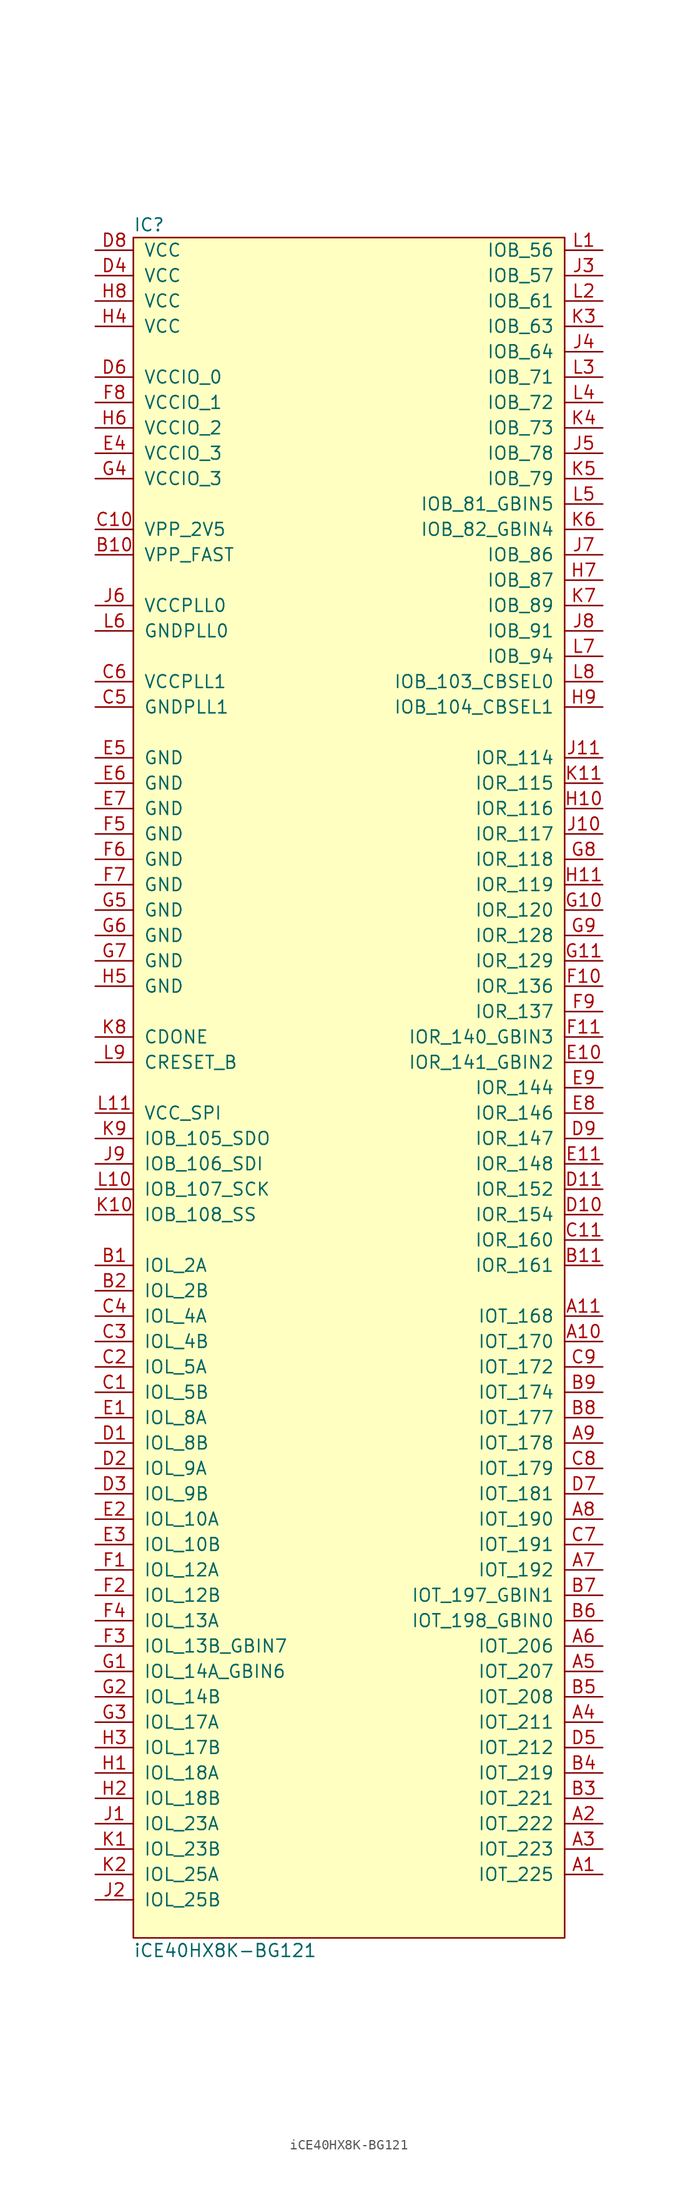
<source format=kicad_sym>
(kicad_symbol_lib
  (version 20211014)
  (generator agg_kicad.build_lib_ic)
  (symbol "iCE40HX8K-BG121"
    (pin_names
      (offset 1.016))
    (property Reference IC
      (at -21.59 86.36 0)
      (effects (font (size 1.27 1.27)) (justify left)))
    (property Value "iCE40HX8K-BG121"
      (at -21.59 -86.36 0)
      (effects (font (size 1.27 1.27)) (justify left)))
    (symbol "iCE40HX8K-BG121_0_0"
      (rectangle (start -21.59 85.09) (end 21.59 -85.09) (stroke (width 0) (type default) (color 0 0 0 0)) (fill (type background)))
      (pin power_in line (at -25.4 83.82 0) (length 3.81) (name VCC (effects (font (size 1.27 1.27)))) (number "D8" (effects (font (size 1.27 1.27)))))
      (pin power_in line (at -25.4 81.28 0) (length 3.81) (name VCC (effects (font (size 1.27 1.27)))) (number "D4" (effects (font (size 1.27 1.27)))))
      (pin power_in line (at -25.4 78.74 0) (length 3.81) (name VCC (effects (font (size 1.27 1.27)))) (number "H8" (effects (font (size 1.27 1.27)))))
      (pin power_in line (at -25.4 76.2 0) (length 3.81) (name VCC (effects (font (size 1.27 1.27)))) (number "H4" (effects (font (size 1.27 1.27)))))
      (pin power_in line (at -25.4 71.12 0) (length 3.81) (name "VCCIO_0" (effects (font (size 1.27 1.27)))) (number "D6" (effects (font (size 1.27 1.27)))))
      (pin power_in line (at -25.4 68.58 0) (length 3.81) (name "VCCIO_1" (effects (font (size 1.27 1.27)))) (number "F8" (effects (font (size 1.27 1.27)))))
      (pin power_in line (at -25.4 66.04 0) (length 3.81) (name "VCCIO_2" (effects (font (size 1.27 1.27)))) (number "H6" (effects (font (size 1.27 1.27)))))
      (pin power_in line (at -25.4 63.5 0) (length 3.81) (name "VCCIO_3" (effects (font (size 1.27 1.27)))) (number "E4" (effects (font (size 1.27 1.27)))))
      (pin power_in line (at -25.4 60.96 0) (length 3.81) (name "VCCIO_3" (effects (font (size 1.27 1.27)))) (number "G4" (effects (font (size 1.27 1.27)))))
      (pin power_in line (at -25.4 55.88 0) (length 3.81) (name "VPP_2V5" (effects (font (size 1.27 1.27)))) (number "C10" (effects (font (size 1.27 1.27)))))
      (pin power_in line (at -25.4 53.34 0) (length 3.81) (name VPP_FAST (effects (font (size 1.27 1.27)))) (number "B10" (effects (font (size 1.27 1.27)))))
      (pin power_in line (at -25.4 48.26 0) (length 3.81) (name "VCCPLL0" (effects (font (size 1.27 1.27)))) (number "J6" (effects (font (size 1.27 1.27)))))
      (pin power_in line (at -25.4 45.72 0) (length 3.81) (name "GNDPLL0" (effects (font (size 1.27 1.27)))) (number "L6" (effects (font (size 1.27 1.27)))))
      (pin power_in line (at -25.4 40.64 0) (length 3.81) (name "VCCPLL1" (effects (font (size 1.27 1.27)))) (number "C6" (effects (font (size 1.27 1.27)))))
      (pin power_in line (at -25.4 38.1 0) (length 3.81) (name "GNDPLL1" (effects (font (size 1.27 1.27)))) (number "C5" (effects (font (size 1.27 1.27)))))
      (pin power_in line (at -25.4 33.02 0) (length 3.81) (name GND (effects (font (size 1.27 1.27)))) (number "E5" (effects (font (size 1.27 1.27)))))
      (pin power_in line (at -25.4 30.48 0) (length 3.81) (name GND (effects (font (size 1.27 1.27)))) (number "E6" (effects (font (size 1.27 1.27)))))
      (pin power_in line (at -25.4 27.94 0) (length 3.81) (name GND (effects (font (size 1.27 1.27)))) (number "E7" (effects (font (size 1.27 1.27)))))
      (pin power_in line (at -25.4 25.4 0) (length 3.81) (name GND (effects (font (size 1.27 1.27)))) (number "F5" (effects (font (size 1.27 1.27)))))
      (pin power_in line (at -25.4 22.86 0) (length 3.81) (name GND (effects (font (size 1.27 1.27)))) (number "F6" (effects (font (size 1.27 1.27)))))
      (pin power_in line (at -25.4 20.32 0) (length 3.81) (name GND (effects (font (size 1.27 1.27)))) (number "F7" (effects (font (size 1.27 1.27)))))
      (pin power_in line (at -25.4 17.78 0) (length 3.81) (name GND (effects (font (size 1.27 1.27)))) (number "G5" (effects (font (size 1.27 1.27)))))
      (pin power_in line (at -25.4 15.24 0) (length 3.81) (name GND (effects (font (size 1.27 1.27)))) (number "G6" (effects (font (size 1.27 1.27)))))
      (pin power_in line (at -25.4 12.7 0) (length 3.81) (name GND (effects (font (size 1.27 1.27)))) (number "G7" (effects (font (size 1.27 1.27)))))
      (pin power_in line (at -25.4 10.16 0) (length 3.81) (name GND (effects (font (size 1.27 1.27)))) (number "H5" (effects (font (size 1.27 1.27)))))
      (pin bidirectional line (at -25.4 5.08 0) (length 3.81) (name CDONE (effects (font (size 1.27 1.27)))) (number "K8" (effects (font (size 1.27 1.27)))))
      (pin input line (at -25.4 2.54 0) (length 3.81) (name CRESET_B (effects (font (size 1.27 1.27)))) (number "L9" (effects (font (size 1.27 1.27)))))
      (pin power_in line (at -25.4 -2.54 0) (length 3.81) (name VCC_SPI (effects (font (size 1.27 1.27)))) (number "L11" (effects (font (size 1.27 1.27)))))
      (pin bidirectional line (at -25.4 -5.08 0) (length 3.81) (name "IOB_105_SDO" (effects (font (size 1.27 1.27)))) (number "K9" (effects (font (size 1.27 1.27)))))
      (pin bidirectional line (at -25.4 -7.62 0) (length 3.81) (name "IOB_106_SDI" (effects (font (size 1.27 1.27)))) (number "J9" (effects (font (size 1.27 1.27)))))
      (pin bidirectional line (at -25.4 -10.16 0) (length 3.81) (name "IOB_107_SCK" (effects (font (size 1.27 1.27)))) (number "L10" (effects (font (size 1.27 1.27)))))
      (pin bidirectional line (at -25.4 -12.7 0) (length 3.81) (name "IOB_108_SS" (effects (font (size 1.27 1.27)))) (number "K10" (effects (font (size 1.27 1.27)))))
      (pin bidirectional line (at -25.4 -17.78 0) (length 3.81) (name "IOL_2A" (effects (font (size 1.27 1.27)))) (number "B1" (effects (font (size 1.27 1.27)))))
      (pin bidirectional line (at -25.4 -20.32 0) (length 3.81) (name "IOL_2B" (effects (font (size 1.27 1.27)))) (number "B2" (effects (font (size 1.27 1.27)))))
      (pin bidirectional line (at -25.4 -22.86 0) (length 3.81) (name "IOL_4A" (effects (font (size 1.27 1.27)))) (number "C4" (effects (font (size 1.27 1.27)))))
      (pin bidirectional line (at -25.4 -25.4 0) (length 3.81) (name "IOL_4B" (effects (font (size 1.27 1.27)))) (number "C3" (effects (font (size 1.27 1.27)))))
      (pin bidirectional line (at -25.4 -27.94 0) (length 3.81) (name "IOL_5A" (effects (font (size 1.27 1.27)))) (number "C2" (effects (font (size 1.27 1.27)))))
      (pin bidirectional line (at -25.4 -30.48 0) (length 3.81) (name "IOL_5B" (effects (font (size 1.27 1.27)))) (number "C1" (effects (font (size 1.27 1.27)))))
      (pin bidirectional line (at -25.4 -33.02 0) (length 3.81) (name "IOL_8A" (effects (font (size 1.27 1.27)))) (number "E1" (effects (font (size 1.27 1.27)))))
      (pin bidirectional line (at -25.4 -35.56 0) (length 3.81) (name "IOL_8B" (effects (font (size 1.27 1.27)))) (number "D1" (effects (font (size 1.27 1.27)))))
      (pin bidirectional line (at -25.4 -38.1 0) (length 3.81) (name "IOL_9A" (effects (font (size 1.27 1.27)))) (number "D2" (effects (font (size 1.27 1.27)))))
      (pin bidirectional line (at -25.4 -40.64 0) (length 3.81) (name "IOL_9B" (effects (font (size 1.27 1.27)))) (number "D3" (effects (font (size 1.27 1.27)))))
      (pin bidirectional line (at -25.4 -43.18 0) (length 3.81) (name "IOL_10A" (effects (font (size 1.27 1.27)))) (number "E2" (effects (font (size 1.27 1.27)))))
      (pin bidirectional line (at -25.4 -45.72 0) (length 3.81) (name "IOL_10B" (effects (font (size 1.27 1.27)))) (number "E3" (effects (font (size 1.27 1.27)))))
      (pin bidirectional line (at -25.4 -48.26 0) (length 3.81) (name "IOL_12A" (effects (font (size 1.27 1.27)))) (number "F1" (effects (font (size 1.27 1.27)))))
      (pin bidirectional line (at -25.4 -50.8 0) (length 3.81) (name "IOL_12B" (effects (font (size 1.27 1.27)))) (number "F2" (effects (font (size 1.27 1.27)))))
      (pin bidirectional line (at -25.4 -53.34 0) (length 3.81) (name "IOL_13A" (effects (font (size 1.27 1.27)))) (number "F4" (effects (font (size 1.27 1.27)))))
      (pin bidirectional line (at -25.4 -55.88 0) (length 3.81) (name "IOL_13B_GBIN7" (effects (font (size 1.27 1.27)))) (number "F3" (effects (font (size 1.27 1.27)))))
      (pin bidirectional line (at -25.4 -58.42 0) (length 3.81) (name "IOL_14A_GBIN6" (effects (font (size 1.27 1.27)))) (number "G1" (effects (font (size 1.27 1.27)))))
      (pin bidirectional line (at -25.4 -60.96 0) (length 3.81) (name "IOL_14B" (effects (font (size 1.27 1.27)))) (number "G2" (effects (font (size 1.27 1.27)))))
      (pin bidirectional line (at -25.4 -63.5 0) (length 3.81) (name "IOL_17A" (effects (font (size 1.27 1.27)))) (number "G3" (effects (font (size 1.27 1.27)))))
      (pin bidirectional line (at -25.4 -66.04 0) (length 3.81) (name "IOL_17B" (effects (font (size 1.27 1.27)))) (number "H3" (effects (font (size 1.27 1.27)))))
      (pin bidirectional line (at -25.4 -68.58 0) (length 3.81) (name "IOL_18A" (effects (font (size 1.27 1.27)))) (number "H1" (effects (font (size 1.27 1.27)))))
      (pin bidirectional line (at -25.4 -71.12 0) (length 3.81) (name "IOL_18B" (effects (font (size 1.27 1.27)))) (number "H2" (effects (font (size 1.27 1.27)))))
      (pin bidirectional line (at -25.4 -73.66 0) (length 3.81) (name "IOL_23A" (effects (font (size 1.27 1.27)))) (number "J1" (effects (font (size 1.27 1.27)))))
      (pin bidirectional line (at -25.4 -76.2 0) (length 3.81) (name "IOL_23B" (effects (font (size 1.27 1.27)))) (number "K1" (effects (font (size 1.27 1.27)))))
      (pin bidirectional line (at -25.4 -78.74 0) (length 3.81) (name "IOL_25A" (effects (font (size 1.27 1.27)))) (number "K2" (effects (font (size 1.27 1.27)))))
      (pin bidirectional line (at -25.4 -81.28 0) (length 3.81) (name "IOL_25B" (effects (font (size 1.27 1.27)))) (number "J2" (effects (font (size 1.27 1.27)))))
      (pin bidirectional line (at 25.4 83.82 180) (length 3.81) (name "IOB_56" (effects (font (size 1.27 1.27)))) (number "L1" (effects (font (size 1.27 1.27)))))
      (pin bidirectional line (at 25.4 81.28 180) (length 3.81) (name "IOB_57" (effects (font (size 1.27 1.27)))) (number "J3" (effects (font (size 1.27 1.27)))))
      (pin bidirectional line (at 25.4 78.74 180) (length 3.81) (name "IOB_61" (effects (font (size 1.27 1.27)))) (number "L2" (effects (font (size 1.27 1.27)))))
      (pin bidirectional line (at 25.4 76.2 180) (length 3.81) (name "IOB_63" (effects (font (size 1.27 1.27)))) (number "K3" (effects (font (size 1.27 1.27)))))
      (pin bidirectional line (at 25.4 73.66 180) (length 3.81) (name "IOB_64" (effects (font (size 1.27 1.27)))) (number "J4" (effects (font (size 1.27 1.27)))))
      (pin bidirectional line (at 25.4 71.12 180) (length 3.81) (name "IOB_71" (effects (font (size 1.27 1.27)))) (number "L3" (effects (font (size 1.27 1.27)))))
      (pin bidirectional line (at 25.4 68.58 180) (length 3.81) (name "IOB_72" (effects (font (size 1.27 1.27)))) (number "L4" (effects (font (size 1.27 1.27)))))
      (pin bidirectional line (at 25.4 66.04 180) (length 3.81) (name "IOB_73" (effects (font (size 1.27 1.27)))) (number "K4" (effects (font (size 1.27 1.27)))))
      (pin bidirectional line (at 25.4 63.5 180) (length 3.81) (name "IOB_78" (effects (font (size 1.27 1.27)))) (number "J5" (effects (font (size 1.27 1.27)))))
      (pin bidirectional line (at 25.4 60.96 180) (length 3.81) (name "IOB_79" (effects (font (size 1.27 1.27)))) (number "K5" (effects (font (size 1.27 1.27)))))
      (pin bidirectional line (at 25.4 58.42 180) (length 3.81) (name "IOB_81_GBIN5" (effects (font (size 1.27 1.27)))) (number "L5" (effects (font (size 1.27 1.27)))))
      (pin bidirectional line (at 25.4 55.88 180) (length 3.81) (name "IOB_82_GBIN4" (effects (font (size 1.27 1.27)))) (number "K6" (effects (font (size 1.27 1.27)))))
      (pin bidirectional line (at 25.4 53.34 180) (length 3.81) (name "IOB_86" (effects (font (size 1.27 1.27)))) (number "J7" (effects (font (size 1.27 1.27)))))
      (pin bidirectional line (at 25.4 50.8 180) (length 3.81) (name "IOB_87" (effects (font (size 1.27 1.27)))) (number "H7" (effects (font (size 1.27 1.27)))))
      (pin bidirectional line (at 25.4 48.26 180) (length 3.81) (name "IOB_89" (effects (font (size 1.27 1.27)))) (number "K7" (effects (font (size 1.27 1.27)))))
      (pin bidirectional line (at 25.4 45.72 180) (length 3.81) (name "IOB_91" (effects (font (size 1.27 1.27)))) (number "J8" (effects (font (size 1.27 1.27)))))
      (pin bidirectional line (at 25.4 43.18 180) (length 3.81) (name "IOB_94" (effects (font (size 1.27 1.27)))) (number "L7" (effects (font (size 1.27 1.27)))))
      (pin bidirectional line (at 25.4 40.64 180) (length 3.81) (name "IOB_103_CBSEL0" (effects (font (size 1.27 1.27)))) (number "L8" (effects (font (size 1.27 1.27)))))
      (pin bidirectional line (at 25.4 38.1 180) (length 3.81) (name "IOB_104_CBSEL1" (effects (font (size 1.27 1.27)))) (number "H9" (effects (font (size 1.27 1.27)))))
      (pin bidirectional line (at 25.4 33.02 180) (length 3.81) (name "IOR_114" (effects (font (size 1.27 1.27)))) (number "J11" (effects (font (size 1.27 1.27)))))
      (pin bidirectional line (at 25.4 30.48 180) (length 3.81) (name "IOR_115" (effects (font (size 1.27 1.27)))) (number "K11" (effects (font (size 1.27 1.27)))))
      (pin bidirectional line (at 25.4 27.94 180) (length 3.81) (name "IOR_116" (effects (font (size 1.27 1.27)))) (number "H10" (effects (font (size 1.27 1.27)))))
      (pin bidirectional line (at 25.4 25.4 180) (length 3.81) (name "IOR_117" (effects (font (size 1.27 1.27)))) (number "J10" (effects (font (size 1.27 1.27)))))
      (pin bidirectional line (at 25.4 22.86 180) (length 3.81) (name "IOR_118" (effects (font (size 1.27 1.27)))) (number "G8" (effects (font (size 1.27 1.27)))))
      (pin bidirectional line (at 25.4 20.32 180) (length 3.81) (name "IOR_119" (effects (font (size 1.27 1.27)))) (number "H11" (effects (font (size 1.27 1.27)))))
      (pin bidirectional line (at 25.4 17.78 180) (length 3.81) (name "IOR_120" (effects (font (size 1.27 1.27)))) (number "G10" (effects (font (size 1.27 1.27)))))
      (pin bidirectional line (at 25.4 15.24 180) (length 3.81) (name "IOR_128" (effects (font (size 1.27 1.27)))) (number "G9" (effects (font (size 1.27 1.27)))))
      (pin bidirectional line (at 25.4 12.7 180) (length 3.81) (name "IOR_129" (effects (font (size 1.27 1.27)))) (number "G11" (effects (font (size 1.27 1.27)))))
      (pin bidirectional line (at 25.4 10.16 180) (length 3.81) (name "IOR_136" (effects (font (size 1.27 1.27)))) (number "F10" (effects (font (size 1.27 1.27)))))
      (pin bidirectional line (at 25.4 7.62 180) (length 3.81) (name "IOR_137" (effects (font (size 1.27 1.27)))) (number "F9" (effects (font (size 1.27 1.27)))))
      (pin bidirectional line (at 25.4 5.08 180) (length 3.81) (name "IOR_140_GBIN3" (effects (font (size 1.27 1.27)))) (number "F11" (effects (font (size 1.27 1.27)))))
      (pin bidirectional line (at 25.4 2.54 180) (length 3.81) (name "IOR_141_GBIN2" (effects (font (size 1.27 1.27)))) (number "E10" (effects (font (size 1.27 1.27)))))
      (pin bidirectional line (at 25.4 0 180) (length 3.81) (name "IOR_144" (effects (font (size 1.27 1.27)))) (number "E9" (effects (font (size 1.27 1.27)))))
      (pin bidirectional line (at 25.4 -2.54 180) (length 3.81) (name "IOR_146" (effects (font (size 1.27 1.27)))) (number "E8" (effects (font (size 1.27 1.27)))))
      (pin bidirectional line (at 25.4 -5.08 180) (length 3.81) (name "IOR_147" (effects (font (size 1.27 1.27)))) (number "D9" (effects (font (size 1.27 1.27)))))
      (pin bidirectional line (at 25.4 -7.62 180) (length 3.81) (name "IOR_148" (effects (font (size 1.27 1.27)))) (number "E11" (effects (font (size 1.27 1.27)))))
      (pin bidirectional line (at 25.4 -10.16 180) (length 3.81) (name "IOR_152" (effects (font (size 1.27 1.27)))) (number "D11" (effects (font (size 1.27 1.27)))))
      (pin bidirectional line (at 25.4 -12.7 180) (length 3.81) (name "IOR_154" (effects (font (size 1.27 1.27)))) (number "D10" (effects (font (size 1.27 1.27)))))
      (pin bidirectional line (at 25.4 -15.24 180) (length 3.81) (name "IOR_160" (effects (font (size 1.27 1.27)))) (number "C11" (effects (font (size 1.27 1.27)))))
      (pin bidirectional line (at 25.4 -17.78 180) (length 3.81) (name "IOR_161" (effects (font (size 1.27 1.27)))) (number "B11" (effects (font (size 1.27 1.27)))))
      (pin bidirectional line (at 25.4 -22.86 180) (length 3.81) (name "IOT_168" (effects (font (size 1.27 1.27)))) (number "A11" (effects (font (size 1.27 1.27)))))
      (pin bidirectional line (at 25.4 -25.4 180) (length 3.81) (name "IOT_170" (effects (font (size 1.27 1.27)))) (number "A10" (effects (font (size 1.27 1.27)))))
      (pin bidirectional line (at 25.4 -27.94 180) (length 3.81) (name "IOT_172" (effects (font (size 1.27 1.27)))) (number "C9" (effects (font (size 1.27 1.27)))))
      (pin bidirectional line (at 25.4 -30.48 180) (length 3.81) (name "IOT_174" (effects (font (size 1.27 1.27)))) (number "B9" (effects (font (size 1.27 1.27)))))
      (pin bidirectional line (at 25.4 -33.02 180) (length 3.81) (name "IOT_177" (effects (font (size 1.27 1.27)))) (number "B8" (effects (font (size 1.27 1.27)))))
      (pin bidirectional line (at 25.4 -35.56 180) (length 3.81) (name "IOT_178" (effects (font (size 1.27 1.27)))) (number "A9" (effects (font (size 1.27 1.27)))))
      (pin bidirectional line (at 25.4 -38.1 180) (length 3.81) (name "IOT_179" (effects (font (size 1.27 1.27)))) (number "C8" (effects (font (size 1.27 1.27)))))
      (pin bidirectional line (at 25.4 -40.64 180) (length 3.81) (name "IOT_181" (effects (font (size 1.27 1.27)))) (number "D7" (effects (font (size 1.27 1.27)))))
      (pin bidirectional line (at 25.4 -43.18 180) (length 3.81) (name "IOT_190" (effects (font (size 1.27 1.27)))) (number "A8" (effects (font (size 1.27 1.27)))))
      (pin bidirectional line (at 25.4 -45.72 180) (length 3.81) (name "IOT_191" (effects (font (size 1.27 1.27)))) (number "C7" (effects (font (size 1.27 1.27)))))
      (pin bidirectional line (at 25.4 -48.26 180) (length 3.81) (name "IOT_192" (effects (font (size 1.27 1.27)))) (number "A7" (effects (font (size 1.27 1.27)))))
      (pin bidirectional line (at 25.4 -50.8 180) (length 3.81) (name "IOT_197_GBIN1" (effects (font (size 1.27 1.27)))) (number "B7" (effects (font (size 1.27 1.27)))))
      (pin bidirectional line (at 25.4 -53.34 180) (length 3.81) (name "IOT_198_GBIN0" (effects (font (size 1.27 1.27)))) (number "B6" (effects (font (size 1.27 1.27)))))
      (pin bidirectional line (at 25.4 -55.88 180) (length 3.81) (name "IOT_206" (effects (font (size 1.27 1.27)))) (number "A6" (effects (font (size 1.27 1.27)))))
      (pin bidirectional line (at 25.4 -58.42 180) (length 3.81) (name "IOT_207" (effects (font (size 1.27 1.27)))) (number "A5" (effects (font (size 1.27 1.27)))))
      (pin bidirectional line (at 25.4 -60.96 180) (length 3.81) (name "IOT_208" (effects (font (size 1.27 1.27)))) (number "B5" (effects (font (size 1.27 1.27)))))
      (pin bidirectional line (at 25.4 -63.5 180) (length 3.81) (name "IOT_211" (effects (font (size 1.27 1.27)))) (number "A4" (effects (font (size 1.27 1.27)))))
      (pin bidirectional line (at 25.4 -66.04 180) (length 3.81) (name "IOT_212" (effects (font (size 1.27 1.27)))) (number "D5" (effects (font (size 1.27 1.27)))))
      (pin bidirectional line (at 25.4 -68.58 180) (length 3.81) (name "IOT_219" (effects (font (size 1.27 1.27)))) (number "B4" (effects (font (size 1.27 1.27)))))
      (pin bidirectional line (at 25.4 -71.12 180) (length 3.81) (name "IOT_221" (effects (font (size 1.27 1.27)))) (number "B3" (effects (font (size 1.27 1.27)))))
      (pin bidirectional line (at 25.4 -73.66 180) (length 3.81) (name "IOT_222" (effects (font (size 1.27 1.27)))) (number "A2" (effects (font (size 1.27 1.27)))))
      (pin bidirectional line (at 25.4 -76.2 180) (length 3.81) (name "IOT_223" (effects (font (size 1.27 1.27)))) (number "A3" (effects (font (size 1.27 1.27)))))
      (pin bidirectional line (at 25.4 -78.74 180) (length 3.81) (name "IOT_225" (effects (font (size 1.27 1.27)))) (number "A1" (effects (font (size 1.27 1.27))))))))
</source>
